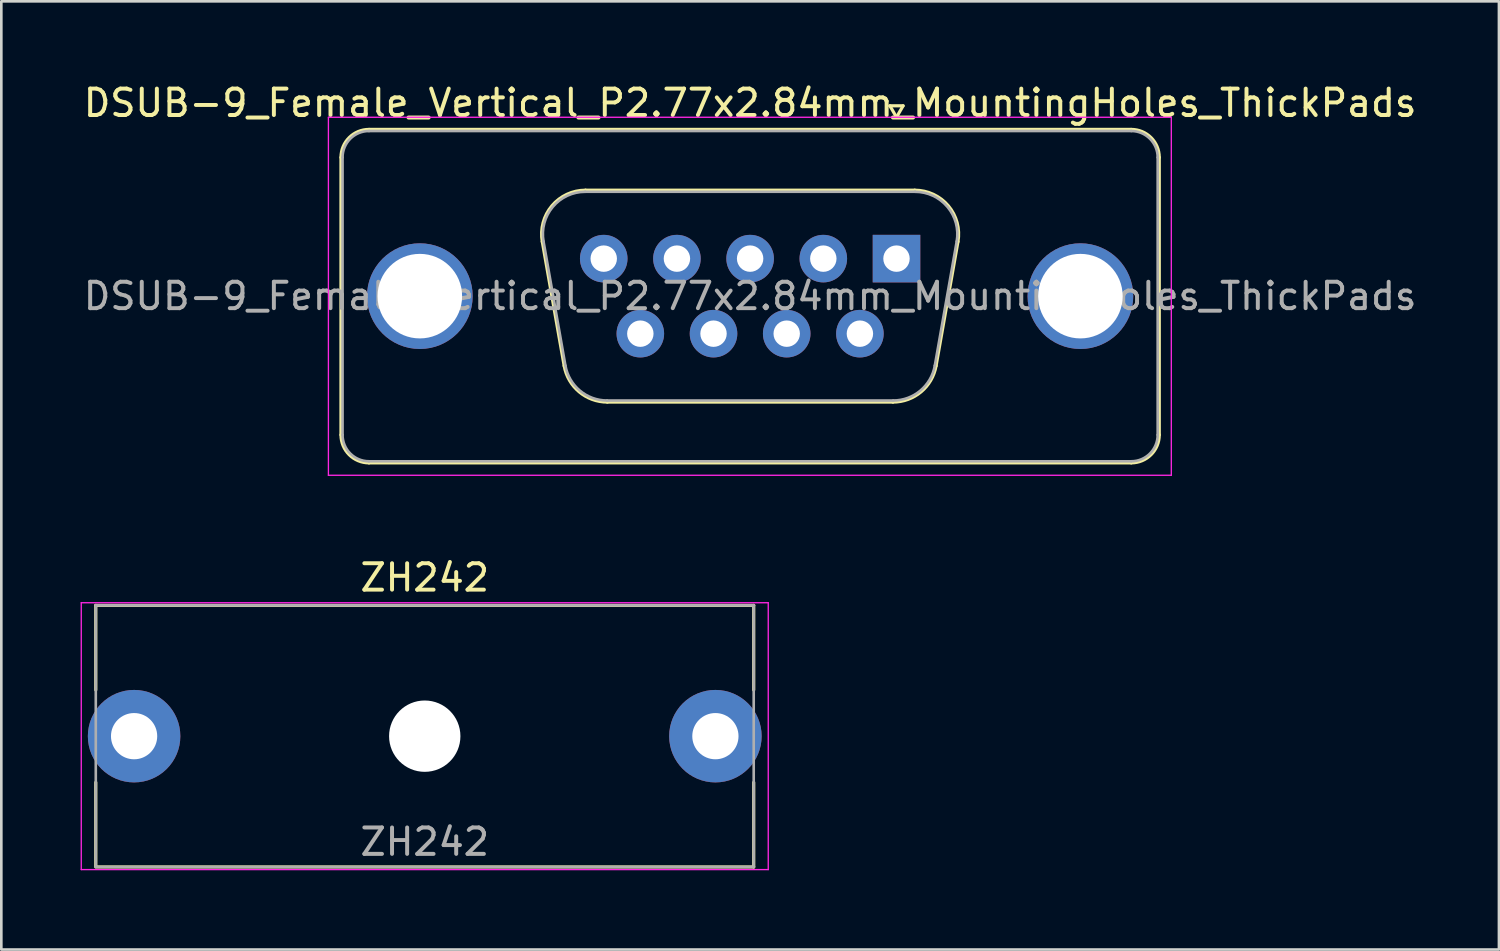
<source format=kicad_pcb>
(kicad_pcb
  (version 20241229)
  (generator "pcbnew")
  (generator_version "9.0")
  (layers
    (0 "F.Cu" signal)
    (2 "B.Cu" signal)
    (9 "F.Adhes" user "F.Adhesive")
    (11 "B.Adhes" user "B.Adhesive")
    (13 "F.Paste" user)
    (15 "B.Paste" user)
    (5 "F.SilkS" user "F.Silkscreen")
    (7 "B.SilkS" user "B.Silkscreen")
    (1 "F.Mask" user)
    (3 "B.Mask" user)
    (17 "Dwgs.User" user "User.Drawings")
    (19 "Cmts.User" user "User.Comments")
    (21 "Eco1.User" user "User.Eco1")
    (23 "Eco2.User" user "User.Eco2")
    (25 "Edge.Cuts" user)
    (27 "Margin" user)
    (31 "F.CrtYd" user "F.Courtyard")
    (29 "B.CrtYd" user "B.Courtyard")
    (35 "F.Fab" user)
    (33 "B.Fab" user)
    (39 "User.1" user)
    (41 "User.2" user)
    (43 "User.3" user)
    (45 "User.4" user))
  (footprint "DSUB-9_Female_Vertical_P2.77x2.84mm_MountingHoles_ThickPads"
    (layer "F.Cu")
    (at 30.879 6.738)
    (property "Reference" "DSUB-9_Female_Vertical_P2.77x2.84mm_MountingHoles_ThickPads" (at -5.54 -5.89 0) (layer "F.SilkS") (effects (font (size 1 1) (thickness 0.15))))
    (attr through_hole)
    (fp_line (start -21.025 6.67) (end -21.025 -3.83) (stroke (width 0.12) (type solid)) (layer "F.SilkS"))
    (fp_line (start -19.965 -4.89) (end 8.885 -4.89) (stroke (width 0.12) (type solid)) (layer "F.SilkS"))
    (fp_line (start -13.406 -0.642) (end -12.578 4.058) (stroke (width 0.12) (type solid)) (layer "F.SilkS"))
    (fp_line (start -11.772 -2.59) (end 0.692 -2.59) (stroke (width 0.12) (type solid)) (layer "F.SilkS"))
    (fp_line (start -10.943 5.43) (end -0.137 5.43) (stroke (width 0.12) (type solid)) (layer "F.SilkS"))
    (fp_line (start -0.25 -5.784) (end 0.25 -5.784) (stroke (width 0.12) (type solid)) (layer "F.SilkS"))
    (fp_line (start 0 -5.351) (end -0.25 -5.784) (stroke (width 0.12) (type solid)) (layer "F.SilkS"))
    (fp_line (start 0.25 -5.784) (end 0 -5.351) (stroke (width 0.12) (type solid)) (layer "F.SilkS"))
    (fp_line (start 2.326 -0.642) (end 1.498 4.058) (stroke (width 0.12) (type solid)) (layer "F.SilkS"))
    (fp_line (start 8.885 7.73) (end -19.965 7.73) (stroke (width 0.12) (type solid)) (layer "F.SilkS"))
    (fp_line (start 9.945 -3.83) (end 9.945 6.67) (stroke (width 0.12) (type solid)) (layer "F.SilkS"))
    (fp_arc (start -21.025 -3.83) (mid -20.714533 -4.579533) (end -19.965 -4.89) (stroke (width 0.12) (type solid)) (layer "F.SilkS"))
    (fp_arc (start -19.965 7.73) (mid -20.714533 7.419533) (end -21.025 6.67) (stroke (width 0.12) (type solid)) (layer "F.SilkS"))
    (fp_arc (start -13.40647 -0.641744) (mid -13.043323 -1.997028) (end -11.771689 -2.59) (stroke (width 0.12) (type solid)) (layer "F.SilkS"))
    (fp_arc (start -10.942952 5.43) (mid -12.009979 5.041634) (end -12.577733 4.058256) (stroke (width 0.12) (type solid)) (layer "F.SilkS"))
    (fp_arc (start 0.691689 -2.59) (mid 1.963323 -1.997027) (end 2.32647 -0.641744) (stroke (width 0.12) (type solid)) (layer "F.SilkS"))
    (fp_arc (start 1.497733 4.058256) (mid 0.92998 5.041634) (end -0.137048 5.43) (stroke (width 0.12) (type solid)) (layer "F.SilkS"))
    (fp_arc (start 8.885 -4.89) (mid 9.634533 -4.579533) (end 9.945 -3.83) (stroke (width 0.12) (type solid)) (layer "F.SilkS"))
    (fp_arc (start 9.945 6.67) (mid 9.634533 7.419533) (end 8.885 7.73) (stroke (width 0.12) (type solid)) (layer "F.SilkS"))
    (fp_line (start -21.5 -5.35) (end -21.5 8.2) (stroke (width 0.05) (type solid)) (layer "F.CrtYd"))
    (fp_line (start -21.5 8.2) (end 10.4 8.2) (stroke (width 0.05) (type solid)) (layer "F.CrtYd"))
    (fp_line (start 10.4 -5.35) (end -21.5 -5.35) (stroke (width 0.05) (type solid)) (layer "F.CrtYd"))
    (fp_line (start 10.4 8.2) (end 10.4 -5.35) (stroke (width 0.05) (type solid)) (layer "F.CrtYd"))
    (fp_line (start -20.965 6.67) (end -20.965 -3.83) (stroke (width 0.1) (type solid)) (layer "F.Fab"))
    (fp_line (start -19.965 -4.83) (end 8.885 -4.83) (stroke (width 0.1) (type solid)) (layer "F.Fab"))
    (fp_line (start -13.359 -0.652) (end -12.53 4.048) (stroke (width 0.1) (type solid)) (layer "F.Fab"))
    (fp_line (start -11.783 -2.53) (end 0.703 -2.53) (stroke (width 0.1) (type solid)) (layer "F.Fab"))
    (fp_line (start -10.954 5.37) (end -0.126 5.37) (stroke (width 0.1) (type solid)) (layer "F.Fab"))
    (fp_line (start 2.279 -0.652) (end 1.45 4.048) (stroke (width 0.1) (type solid)) (layer "F.Fab"))
    (fp_line (start 8.885 7.67) (end -19.965 7.67) (stroke (width 0.1) (type solid)) (layer "F.Fab"))
    (fp_line (start 9.885 -3.83) (end 9.885 6.67) (stroke (width 0.1) (type solid)) (layer "F.Fab"))
    (fp_arc (start -20.965 -3.83) (mid -20.672107 -4.537107) (end -19.965 -4.83) (stroke (width 0.1) (type solid)) (layer "F.Fab"))
    (fp_arc (start -19.965 7.67) (mid -20.672107 7.377107) (end -20.965 6.67) (stroke (width 0.1) (type solid)) (layer "F.Fab"))
    (fp_arc (start -13.358886 -0.652163) (mid -13.008865 -1.95846) (end -11.783194 -2.53) (stroke (width 0.1) (type solid)) (layer "F.Fab"))
    (fp_arc (start -10.954457 5.37) (mid -11.982917 4.995671) (end -12.530149 4.047837) (stroke (width 0.1) (type solid)) (layer "F.Fab"))
    (fp_arc (start 0.703194 -2.53) (mid 1.928865 -1.95846) (end 2.278886 -0.652163) (stroke (width 0.1) (type solid)) (layer "F.Fab"))
    (fp_arc (start 1.450149 4.047837) (mid 0.902917 4.995671) (end -0.125543 5.37) (stroke (width 0.1) (type solid)) (layer "F.Fab"))
    (fp_arc (start 8.885 -4.83) (mid 9.592107 -4.537107) (end 9.885 -3.83) (stroke (width 0.1) (type solid)) (layer "F.Fab"))
    (fp_arc (start 9.885 6.67) (mid 9.592107 7.377107) (end 8.885 7.67) (stroke (width 0.1) (type solid)) (layer "F.Fab"))
    (fp_text user "${REFERENCE}" (at -5.54 1.42 0) (layer "F.Fab") (effects (font (size 1 1) (thickness 0.15))))
    (pad "0" thru_hole circle (at -18.04 1.42) (size 4 4) (drill 3.2) (layers "*.Cu" "*.Mask"))
    (pad "0" thru_hole circle (at 6.96 1.42) (size 4 4) (drill 3.2) (layers "*.Cu" "*.Mask"))
    (pad "1" thru_hole rect (at 0 0) (size 1.8 1.8) (drill 1) (layers "*.Cu" "*.Mask"))
    (pad "2" thru_hole circle (at -2.77 0) (size 1.8 1.8) (drill 1) (layers "*.Cu" "*.Mask"))
    (pad "3" thru_hole circle (at -5.54 0) (size 1.8 1.8) (drill 1) (layers "*.Cu" "*.Mask"))
    (pad "4" thru_hole circle (at -8.31 0) (size 1.8 1.8) (drill 1) (layers "*.Cu" "*.Mask"))
    (pad "5" thru_hole circle (at -11.08 0) (size 1.8 1.8) (drill 1) (layers "*.Cu" "*.Mask"))
    (pad "6" thru_hole circle (at -1.385 2.84) (size 1.8 1.8) (drill 1) (layers "*.Cu" "*.Mask"))
    (pad "7" thru_hole circle (at -4.155 2.84) (size 1.8 1.8) (drill 1) (layers "*.Cu" "*.Mask"))
    (pad "8" thru_hole circle (at -6.925 2.84) (size 1.8 1.8) (drill 1) (layers "*.Cu" "*.Mask"))
    (pad "9" thru_hole circle (at -9.695 2.84) (size 1.8 1.8) (drill 1) (layers "*.Cu" "*.Mask")))
  (footprint "ZH242"
    (layer "F.Cu")
    (at 13.025 24.811)
    (property "Reference" "ZH242" (at 0 -6 0) (layer "F.SilkS") (effects (font (size 1 1) (thickness 0.15))))
    (attr through_hole)
    (fp_line (start -12.45 -4.95) (end 12.45 -4.95) (stroke (width 0.12) (type solid)) (layer "F.SilkS"))
    (fp_line (start -12.45 -1.75) (end -12.45 -4.95) (stroke (width 0.12) (type solid)) (layer "F.SilkS"))
    (fp_line (start -12.45 4.9) (end -12.45 1.75) (stroke (width 0.12) (type solid)) (layer "F.SilkS"))
    (fp_line (start -12.45 4.95) (end 12.45 4.95) (stroke (width 0.12) (type solid)) (layer "F.SilkS"))
    (fp_line (start 12.45 -1.75) (end 12.45 -4.95) (stroke (width 0.12) (type solid)) (layer "F.SilkS"))
    (fp_line (start 12.45 4.95) (end 12.45 1.75) (stroke (width 0.12) (type solid)) (layer "F.SilkS"))
    (fp_line (start -13 -5.05) (end 13 -5.05) (stroke (width 0.05) (type solid)) (layer "F.CrtYd"))
    (fp_line (start -13 5.05) (end -13 -5.05) (stroke (width 0.05) (type solid)) (layer "F.CrtYd"))
    (fp_line (start 13 -5.05) (end 13 5.05) (stroke (width 0.05) (type solid)) (layer "F.CrtYd"))
    (fp_line (start 13 5.05) (end -13 5.05) (stroke (width 0.05) (type solid)) (layer "F.CrtYd"))
    (fp_line (start -12.45 -4.95) (end -12.45 4.95) (stroke (width 0.1) (type solid)) (layer "F.Fab"))
    (fp_line (start -12.45 4.95) (end 12.45 4.95) (stroke (width 0.1) (type solid)) (layer "F.Fab"))
    (fp_line (start 12.45 -4.95) (end -12.45 -4.95) (stroke (width 0.1) (type solid)) (layer "F.Fab"))
    (fp_line (start 12.45 4.95) (end 12.45 -4.95) (stroke (width 0.1) (type solid)) (layer "F.Fab"))
    (fp_text user "${REFERENCE}" (at 0 4 0) (layer "F.Fab") (effects (font (size 1 1) (thickness 0.15))))
    (pad "" np_thru_hole circle (at 0 0) (size 2.7 2.7) (drill 2.7) (layers "*.Cu" "*.Mask"))
    (pad "1" thru_hole circle (at -11 0) (size 3.5 3.5) (drill 1.75) (layers "*.Cu" "*.Mask"))
    (pad "2" thru_hole circle (at 11 0) (size 3.5 3.5) (drill 1.75) (layers "*.Cu" "*.Mask")))
  (gr_rect
    (start -3 -3)
    (end 53.679 32.886)
    (stroke (width 0.1) (type default))
    (fill no)
    (layer "Edge.Cuts")))
</source>
